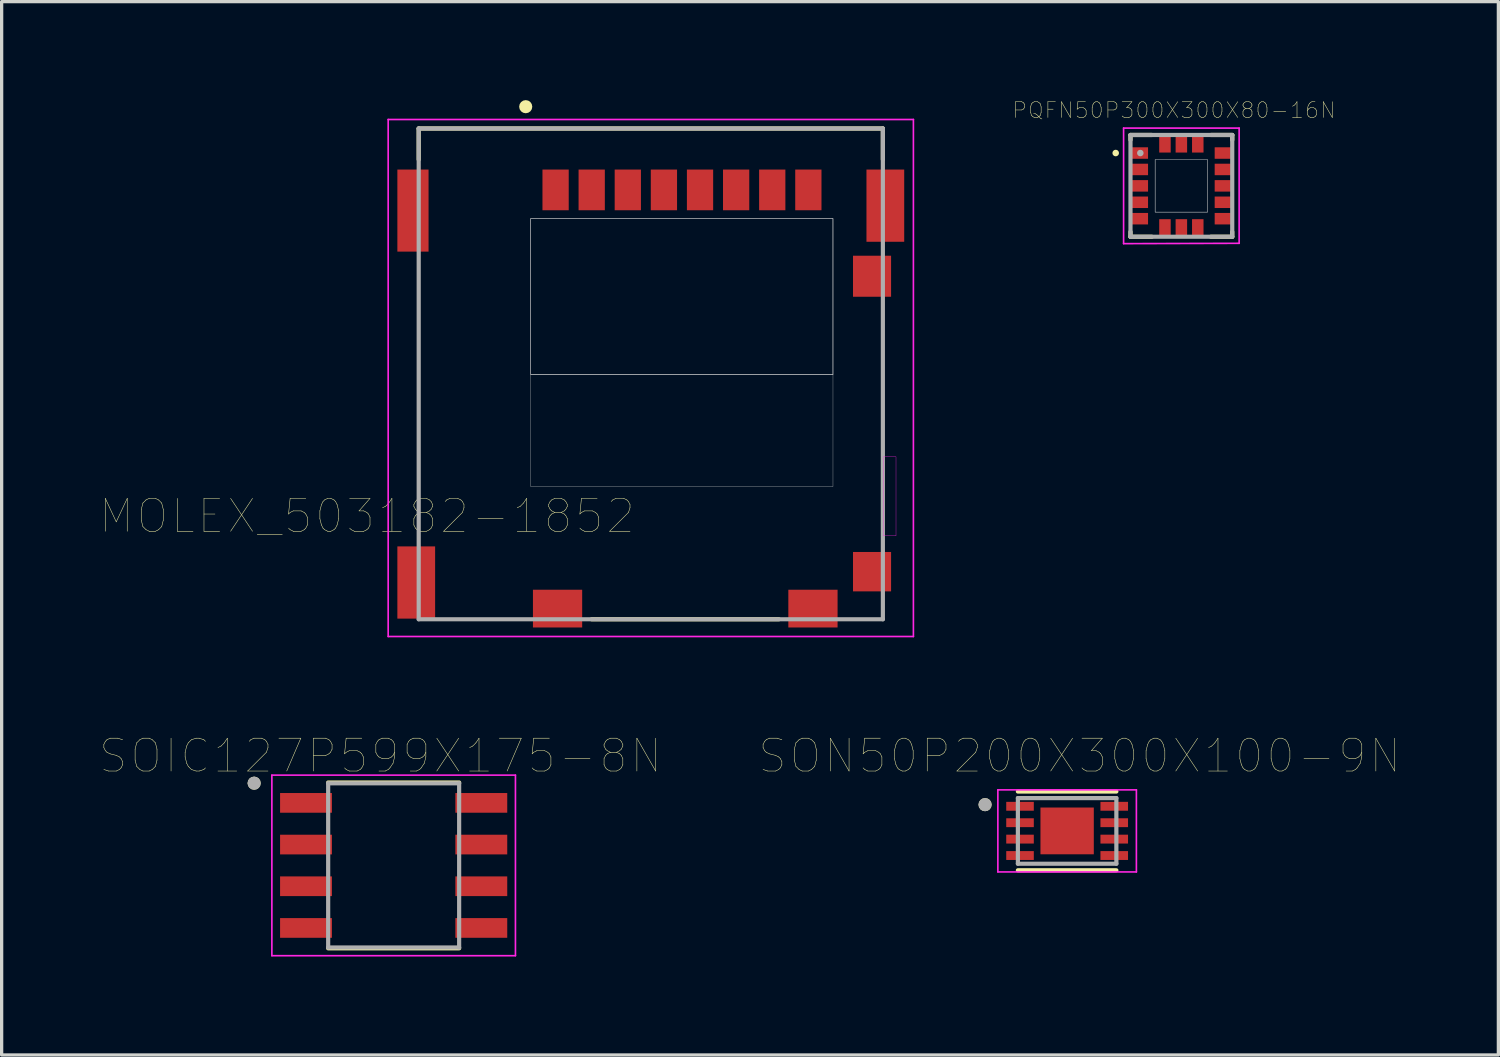
<source format=kicad_pcb>
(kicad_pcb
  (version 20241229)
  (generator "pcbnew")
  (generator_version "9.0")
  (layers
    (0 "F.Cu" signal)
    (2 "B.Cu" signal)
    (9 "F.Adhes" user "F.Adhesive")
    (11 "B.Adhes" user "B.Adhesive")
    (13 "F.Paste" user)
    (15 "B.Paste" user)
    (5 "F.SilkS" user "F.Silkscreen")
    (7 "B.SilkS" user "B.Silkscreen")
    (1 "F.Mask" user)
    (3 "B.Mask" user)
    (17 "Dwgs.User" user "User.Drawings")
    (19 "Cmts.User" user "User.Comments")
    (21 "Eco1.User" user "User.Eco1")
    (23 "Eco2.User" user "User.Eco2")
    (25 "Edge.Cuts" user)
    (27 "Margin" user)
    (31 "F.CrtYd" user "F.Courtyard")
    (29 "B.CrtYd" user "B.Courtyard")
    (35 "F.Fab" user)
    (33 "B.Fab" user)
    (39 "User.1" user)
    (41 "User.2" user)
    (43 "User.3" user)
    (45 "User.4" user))
  (footprint "MOLEX_503182-1852"
    (layer "F.Cu")
    (at 16.775 9.09)
    (property "Reference" "MOLEX_503182-1852" (at -8.649 3.581 180) (layer "F.SilkS") (effects (font (size 1.002 1.002) (thickness 0.015))))
    (attr through_hole)
    (fp_line (start -7.07 -8.225) (end 7.07 -8.225) (stroke (width 0.127) (type solid)) (layer "F.SilkS"))
    (fp_line (start -7.07 -7.28) (end -7.07 -8.225) (stroke (width 0.127) (type solid)) (layer "F.SilkS"))
    (fp_line (start -1.8 6.725) (end 3.9 6.725) (stroke (width 0.127) (type solid)) (layer "F.SilkS"))
    (fp_line (start 7.07 -8.225) (end 7.07 -7.28) (stroke (width 0.127) (type solid)) (layer "F.SilkS"))
    (fp_circle (center -3.81 -8.89) (end -3.71 -8.89) (stroke (width 0.2) (type solid)) (fill no) (layer "F.SilkS"))
    (fp_poly (pts (xy -3.659 -0.725) (xy 5.55 -0.725) (xy 5.55 2.682) (xy -3.659 2.682)) (stroke (width 0.01) (type solid)) (fill no) (layer "Dwgs.User"))
    (fp_poly (pts (xy -3.658 -5.485) (xy 5.55 -5.485) (xy 5.55 -0.727) (xy -3.658 -0.727)) (stroke (width 0.01) (type solid)) (fill no) (layer "Dwgs.User"))
    (fp_poly (pts (xy -3.656 -5.485) (xy 5.55 -5.485) (xy 5.55 -0.726) (xy -3.656 -0.726)) (stroke (width 0.01) (type solid)) (fill no) (layer "Dwgs.User"))
    (fp_poly (pts (xy -3.655 -5.485) (xy 5.55 -5.485) (xy 5.55 -0.726) (xy -3.655 -0.726)) (stroke (width 0.01) (type solid)) (fill no) (layer "Dwgs.User"))
    (fp_line (start -8 -8.5) (end -8 7.25) (stroke (width 0.05) (type solid)) (layer "F.CrtYd"))
    (fp_line (start -8 7.25) (end 8 7.25) (stroke (width 0.05) (type solid)) (layer "F.CrtYd"))
    (fp_line (start 8 -8.5) (end -8 -8.5) (stroke (width 0.05) (type solid)) (layer "F.CrtYd"))
    (fp_line (start 8 7.25) (end 8 -8.5) (stroke (width 0.05) (type solid)) (layer "F.CrtYd"))
    (fp_poly (pts (xy 7.085 1.775) (xy 7.47 1.775) (xy 7.47 4.184) (xy 7.085 4.184)) (stroke (width 0.01) (type solid)) (fill no) (layer "F.CrtYd"))
    (fp_line (start -7.07 -8.225) (end 7.07 -8.225) (stroke (width 0.127) (type solid)) (layer "F.Fab"))
    (fp_line (start -7.07 6.725) (end -7.07 -8.225) (stroke (width 0.127) (type solid)) (layer "F.Fab"))
    (fp_line (start 7.07 -8.225) (end 7.07 6.725) (stroke (width 0.127) (type solid)) (layer "F.Fab"))
    (fp_line (start 7.07 6.725) (end -7.07 6.725) (stroke (width 0.127) (type solid)) (layer "F.Fab"))
    (pad "1" smd rect (at -2.9 -6.355) (size 0.8 1.24) (layers "F.Cu" "F.Mask" "F.Paste"))
    (pad "2" smd rect (at -1.8 -6.355) (size 0.8 1.24) (layers "F.Cu" "F.Mask" "F.Paste"))
    (pad "3" smd rect (at -0.7 -6.355) (size 0.8 1.24) (layers "F.Cu" "F.Mask" "F.Paste"))
    (pad "4" smd rect (at 0.4 -6.355) (size 0.8 1.24) (layers "F.Cu" "F.Mask" "F.Paste"))
    (pad "5" smd rect (at 1.5 -6.355) (size 0.8 1.24) (layers "F.Cu" "F.Mask" "F.Paste"))
    (pad "6" smd rect (at 2.6 -6.355) (size 0.8 1.24) (layers "F.Cu" "F.Mask" "F.Paste"))
    (pad "7" smd rect (at 3.7 -6.355) (size 0.8 1.24) (layers "F.Cu" "F.Mask" "F.Paste"))
    (pad "8" smd rect (at 4.8 -6.355) (size 0.8 1.24) (layers "F.Cu" "F.Mask" "F.Paste"))
    (pad "DT" smd rect (at 6.74 5.275) (size 1.16 1.2) (layers "F.Cu" "F.Mask" "F.Paste"))
    (pad "P1" smd rect (at -7.245 -5.725) (size 0.95 2.5) (layers "F.Cu" "F.Mask" "F.Paste"))
    (pad "P2" smd rect (at 7.145 -5.875) (size 1.15 2.2) (layers "F.Cu" "F.Mask" "F.Paste"))
    (pad "P3" smd rect (at -7.145 5.605) (size 1.15 2.2) (layers "F.Cu" "F.Mask" "F.Paste"))
    (pad "P4" smd rect (at -2.84 6.4) (size 1.5 1.15) (layers "F.Cu" "F.Mask" "F.Paste"))
    (pad "P5" smd rect (at 4.94 6.4) (size 1.5 1.15) (layers "F.Cu" "F.Mask" "F.Paste"))
    (pad "SW" smd rect (at 6.74 -3.725) (size 1.16 1.25) (layers "F.Cu" "F.Mask" "F.Paste")))
  (footprint "SON50P200X300X100-9N"
    (layer "F.Cu")
    (at 29.458 22.262)
    (property "Reference" "SON50P200X300X100-9N" (at 0.381 -2.286 0) (layer "F.SilkS") (effects (font (size 1 1) (thickness 0.015))))
    (attr through_hole)
    (fp_line (start -1.5 -1.2) (end 1.5 -1.2) (stroke (width 0.127) (type solid)) (layer "F.SilkS"))
    (fp_line (start 1.5 1.2) (end -1.5 1.2) (stroke (width 0.127) (type solid)) (layer "F.SilkS"))
    (fp_circle (center -2.5 -0.8) (end -2.4 -0.8) (stroke (width 0.2) (type solid)) (fill no) (layer "F.SilkS"))
    (fp_poly (pts (xy -0.665 -0.49) (xy -0.075 -0.49) (xy -0.075 0.49) (xy -0.665 0.49)) (stroke (width 0.01) (type solid)) (fill yes) (layer "F.Paste"))
    (fp_poly (pts (xy 0.075 -0.49) (xy 0.665 -0.49) (xy 0.665 0.49) (xy 0.075 0.49)) (stroke (width 0.01) (type solid)) (fill yes) (layer "F.Paste"))
    (fp_line (start -2.11 -1.25) (end 2.11 -1.25) (stroke (width 0.05) (type solid)) (layer "F.CrtYd"))
    (fp_line (start -2.11 1.25) (end -2.11 -1.25) (stroke (width 0.05) (type solid)) (layer "F.CrtYd"))
    (fp_line (start 2.11 -1.25) (end 2.11 1.25) (stroke (width 0.05) (type solid)) (layer "F.CrtYd"))
    (fp_line (start 2.11 1.25) (end -2.11 1.25) (stroke (width 0.05) (type solid)) (layer "F.CrtYd"))
    (fp_line (start -1.5 -1) (end 1.5 -1) (stroke (width 0.127) (type solid)) (layer "F.Fab"))
    (fp_line (start -1.5 1) (end -1.5 -1) (stroke (width 0.127) (type solid)) (layer "F.Fab"))
    (fp_line (start 1.5 -1) (end 1.5 1) (stroke (width 0.127) (type solid)) (layer "F.Fab"))
    (fp_line (start 1.5 1) (end -1.5 1) (stroke (width 0.127) (type solid)) (layer "F.Fab"))
    (fp_circle (center -2.5 -0.8) (end -2.4 -0.8) (stroke (width 0.2) (type solid)) (fill no) (layer "F.Fab"))
    (pad "1" smd rect (at -1.435 -0.75) (size 0.84 0.27) (layers "F.Cu" "F.Mask" "F.Paste"))
    (pad "2" smd rect (at -1.435 -0.25) (size 0.84 0.27) (layers "F.Cu" "F.Mask" "F.Paste"))
    (pad "3" smd rect (at -1.435 0.25) (size 0.84 0.27) (layers "F.Cu" "F.Mask" "F.Paste"))
    (pad "4" smd rect (at -1.435 0.75) (size 0.84 0.27) (layers "F.Cu" "F.Mask" "F.Paste"))
    (pad "5" smd rect (at 1.435 0.75) (size 0.84 0.27) (layers "F.Cu" "F.Mask" "F.Paste"))
    (pad "6" smd rect (at 1.435 0.25) (size 0.84 0.27) (layers "F.Cu" "F.Mask" "F.Paste"))
    (pad "7" smd rect (at 1.435 -0.25) (size 0.84 0.27) (layers "F.Cu" "F.Mask" "F.Paste"))
    (pad "8" smd rect (at 1.435 -0.75) (size 0.84 0.27) (layers "F.Cu" "F.Mask" "F.Paste"))
    (pad "9" smd rect (at 0 0) (size 1.625 1.425) (layers "F.Cu" "F.Mask")))
  (footprint "SOIC127P599X175-8N"
    (layer "F.Cu")
    (at 8.942 23.313)
    (property "Reference" "SOIC127P599X175-8N" (at -0.4 -3.337 0) (layer "F.SilkS") (effects (font (size 1 1) (thickness 0.015))))
    (attr through_hole)
    (fp_line (start -1.995 -2.525) (end 1.995 -2.525) (stroke (width 0.127) (type solid)) (layer "F.SilkS"))
    (fp_line (start -1.995 2.525) (end 1.995 2.525) (stroke (width 0.127) (type solid)) (layer "F.SilkS"))
    (fp_circle (center -4.25 -2.505) (end -4.15 -2.505) (stroke (width 0.2) (type solid)) (fill no) (layer "F.SilkS"))
    (fp_line (start -3.71 -2.75) (end -3.71 2.75) (stroke (width 0.05) (type solid)) (layer "F.CrtYd"))
    (fp_line (start -3.71 -2.75) (end 3.71 -2.75) (stroke (width 0.05) (type solid)) (layer "F.CrtYd"))
    (fp_line (start -3.71 2.75) (end 3.71 2.75) (stroke (width 0.05) (type solid)) (layer "F.CrtYd"))
    (fp_line (start 3.71 -2.75) (end 3.71 2.75) (stroke (width 0.05) (type solid)) (layer "F.CrtYd"))
    (fp_line (start -1.995 -2.5) (end -1.995 2.5) (stroke (width 0.127) (type solid)) (layer "F.Fab"))
    (fp_line (start -1.995 -2.5) (end 1.995 -2.5) (stroke (width 0.127) (type solid)) (layer "F.Fab"))
    (fp_line (start -1.995 2.5) (end 1.995 2.5) (stroke (width 0.127) (type solid)) (layer "F.Fab"))
    (fp_line (start 1.995 -2.5) (end 1.995 2.5) (stroke (width 0.127) (type solid)) (layer "F.Fab"))
    (fp_circle (center -4.25 -2.505) (end -4.15 -2.505) (stroke (width 0.2) (type solid)) (fill no) (layer "F.Fab"))
    (pad "1" smd rect (at -2.67 -1.905) (size 1.58 0.6) (layers "F.Cu" "F.Mask" "F.Paste"))
    (pad "2" smd rect (at -2.67 -0.635) (size 1.58 0.6) (layers "F.Cu" "F.Mask" "F.Paste"))
    (pad "3" smd rect (at -2.67 0.635) (size 1.58 0.6) (layers "F.Cu" "F.Mask" "F.Paste"))
    (pad "4" smd rect (at -2.67 1.905) (size 1.58 0.6) (layers "F.Cu" "F.Mask" "F.Paste"))
    (pad "5" smd rect (at 2.67 1.905) (size 1.58 0.6) (layers "F.Cu" "F.Mask" "F.Paste"))
    (pad "6" smd rect (at 2.67 0.635) (size 1.58 0.6) (layers "F.Cu" "F.Mask" "F.Paste"))
    (pad "7" smd rect (at 2.67 -0.635) (size 1.58 0.6) (layers "F.Cu" "F.Mask" "F.Paste"))
    (pad "8" smd rect (at 2.67 -1.905) (size 1.58 0.6) (layers "F.Cu" "F.Mask" "F.Paste")))
  (footprint "PQFN50P300X300X80-16N"
    (layer "F.Cu")
    (at 32.938 2.612)
    (property "Reference" "PQFN50P300X300X80-16N" (at -0.226 -2.305 0) (layer "F.SilkS") (effects (font (size 0.48 0.48) (thickness 0.015))))
    (attr through_hole)
    (fp_line (start -1.55 -1.55) (end -0.9 -1.55) (stroke (width 0.127) (type solid)) (layer "F.SilkS"))
    (fp_line (start -1.55 -1.4) (end -1.55 -1.55) (stroke (width 0.127) (type solid)) (layer "F.SilkS"))
    (fp_line (start -1.55 1.4) (end -1.55 1.55) (stroke (width 0.127) (type solid)) (layer "F.SilkS"))
    (fp_line (start -1.55 1.55) (end -0.9 1.55) (stroke (width 0.127) (type solid)) (layer "F.SilkS"))
    (fp_line (start 0.9 -1.55) (end 1.55 -1.55) (stroke (width 0.127) (type solid)) (layer "F.SilkS"))
    (fp_line (start 0.9 1.55) (end 1.55 1.55) (stroke (width 0.127) (type solid)) (layer "F.SilkS"))
    (fp_line (start 1.55 -1.55) (end 1.55 -1.4) (stroke (width 0.127) (type solid)) (layer "F.SilkS"))
    (fp_line (start 1.55 1.55) (end 1.55 1.4) (stroke (width 0.127) (type solid)) (layer "F.SilkS"))
    (fp_circle (center -2 -1) (end -1.95 -1) (stroke (width 0.1) (type solid)) (fill no) (layer "F.SilkS"))
    (fp_poly (pts (xy -0.8 -0.8) (xy 0.8 -0.8) (xy 0.8 0.8) (xy -0.8 0.8)) (stroke (width 0.01) (type solid)) (fill no) (layer "Dwgs.User"))
    (fp_poly (pts (xy -0.8 -0.8) (xy 0.8 -0.8) (xy 0.8 0.8) (xy -0.8 0.8)) (stroke (width 0.01) (type solid)) (fill no) (layer "Dwgs.User"))
    (fp_line (start -1.76 -1.76) (end 1.76 -1.76) (stroke (width 0.05) (type solid)) (layer "F.CrtYd"))
    (fp_line (start -1.76 1.76) (end -1.76 -1.76) (stroke (width 0.05) (type solid)) (layer "F.CrtYd"))
    (fp_line (start 1.76 -1.76) (end 1.76 1.75) (stroke (width 0.05) (type solid)) (layer "F.CrtYd"))
    (fp_line (start 1.76 1.75) (end -1.76 1.76) (stroke (width 0.05) (type solid)) (layer "F.CrtYd"))
    (fp_line (start -1.55 -1.55) (end 1.55 -1.55) (stroke (width 0.127) (type solid)) (layer "F.Fab"))
    (fp_line (start -1.55 1.55) (end -1.55 -1.55) (stroke (width 0.127) (type solid)) (layer "F.Fab"))
    (fp_line (start 1.55 -1.55) (end 1.55 1.55) (stroke (width 0.127) (type solid)) (layer "F.Fab"))
    (fp_line (start 1.55 1.55) (end -1.55 1.55) (stroke (width 0.127) (type solid)) (layer "F.Fab"))
    (fp_circle (center -1.25 -1) (end -1.2 -1) (stroke (width 0.1) (type solid)) (fill no) (layer "F.Fab"))
    (pad "1" smd rect (at -1.26 -1) (size 0.49 0.35) (layers "F.Cu" "F.Mask" "F.Paste"))
    (pad "2" smd rect (at -1.26 -0.5) (size 0.49 0.35) (layers "F.Cu" "F.Mask" "F.Paste"))
    (pad "3" smd rect (at -1.26 0) (size 0.49 0.35) (layers "F.Cu" "F.Mask" "F.Paste"))
    (pad "4" smd rect (at -1.26 0.5) (size 0.49 0.35) (layers "F.Cu" "F.Mask" "F.Paste"))
    (pad "5" smd rect (at -1.26 1) (size 0.49 0.35) (layers "F.Cu" "F.Mask" "F.Paste"))
    (pad "6" smd rect (at -0.5 1.26) (size 0.35 0.49) (layers "F.Cu" "F.Mask" "F.Paste"))
    (pad "7" smd rect (at 0 1.26) (size 0.35 0.49) (layers "F.Cu" "F.Mask" "F.Paste"))
    (pad "8" smd rect (at 0.5 1.26) (size 0.35 0.49) (layers "F.Cu" "F.Mask" "F.Paste"))
    (pad "9" smd rect (at 1.26 1) (size 0.49 0.35) (layers "F.Cu" "F.Mask" "F.Paste"))
    (pad "10" smd rect (at 1.26 0.5) (size 0.49 0.35) (layers "F.Cu" "F.Mask" "F.Paste"))
    (pad "11" smd rect (at 1.26 0) (size 0.49 0.35) (layers "F.Cu" "F.Mask" "F.Paste"))
    (pad "12" smd rect (at 1.26 -0.5) (size 0.49 0.35) (layers "F.Cu" "F.Mask" "F.Paste"))
    (pad "13" smd rect (at 1.26 -1) (size 0.49 0.35) (layers "F.Cu" "F.Mask" "F.Paste"))
    (pad "14" smd rect (at 0.5 -1.26) (size 0.35 0.49) (layers "F.Cu" "F.Mask" "F.Paste"))
    (pad "15" smd rect (at 0 -1.26) (size 0.35 0.49) (layers "F.Cu" "F.Mask" "F.Paste"))
    (pad "16" smd rect (at -0.5 -1.26) (size 0.35 0.49) (layers "F.Cu" "F.Mask" "F.Paste")))
  (gr_rect
    (start -3 -3)
    (end 42.595 29.088)
    (stroke (width 0.1) (type default))
    (fill no)
    (layer "Edge.Cuts")))
</source>
